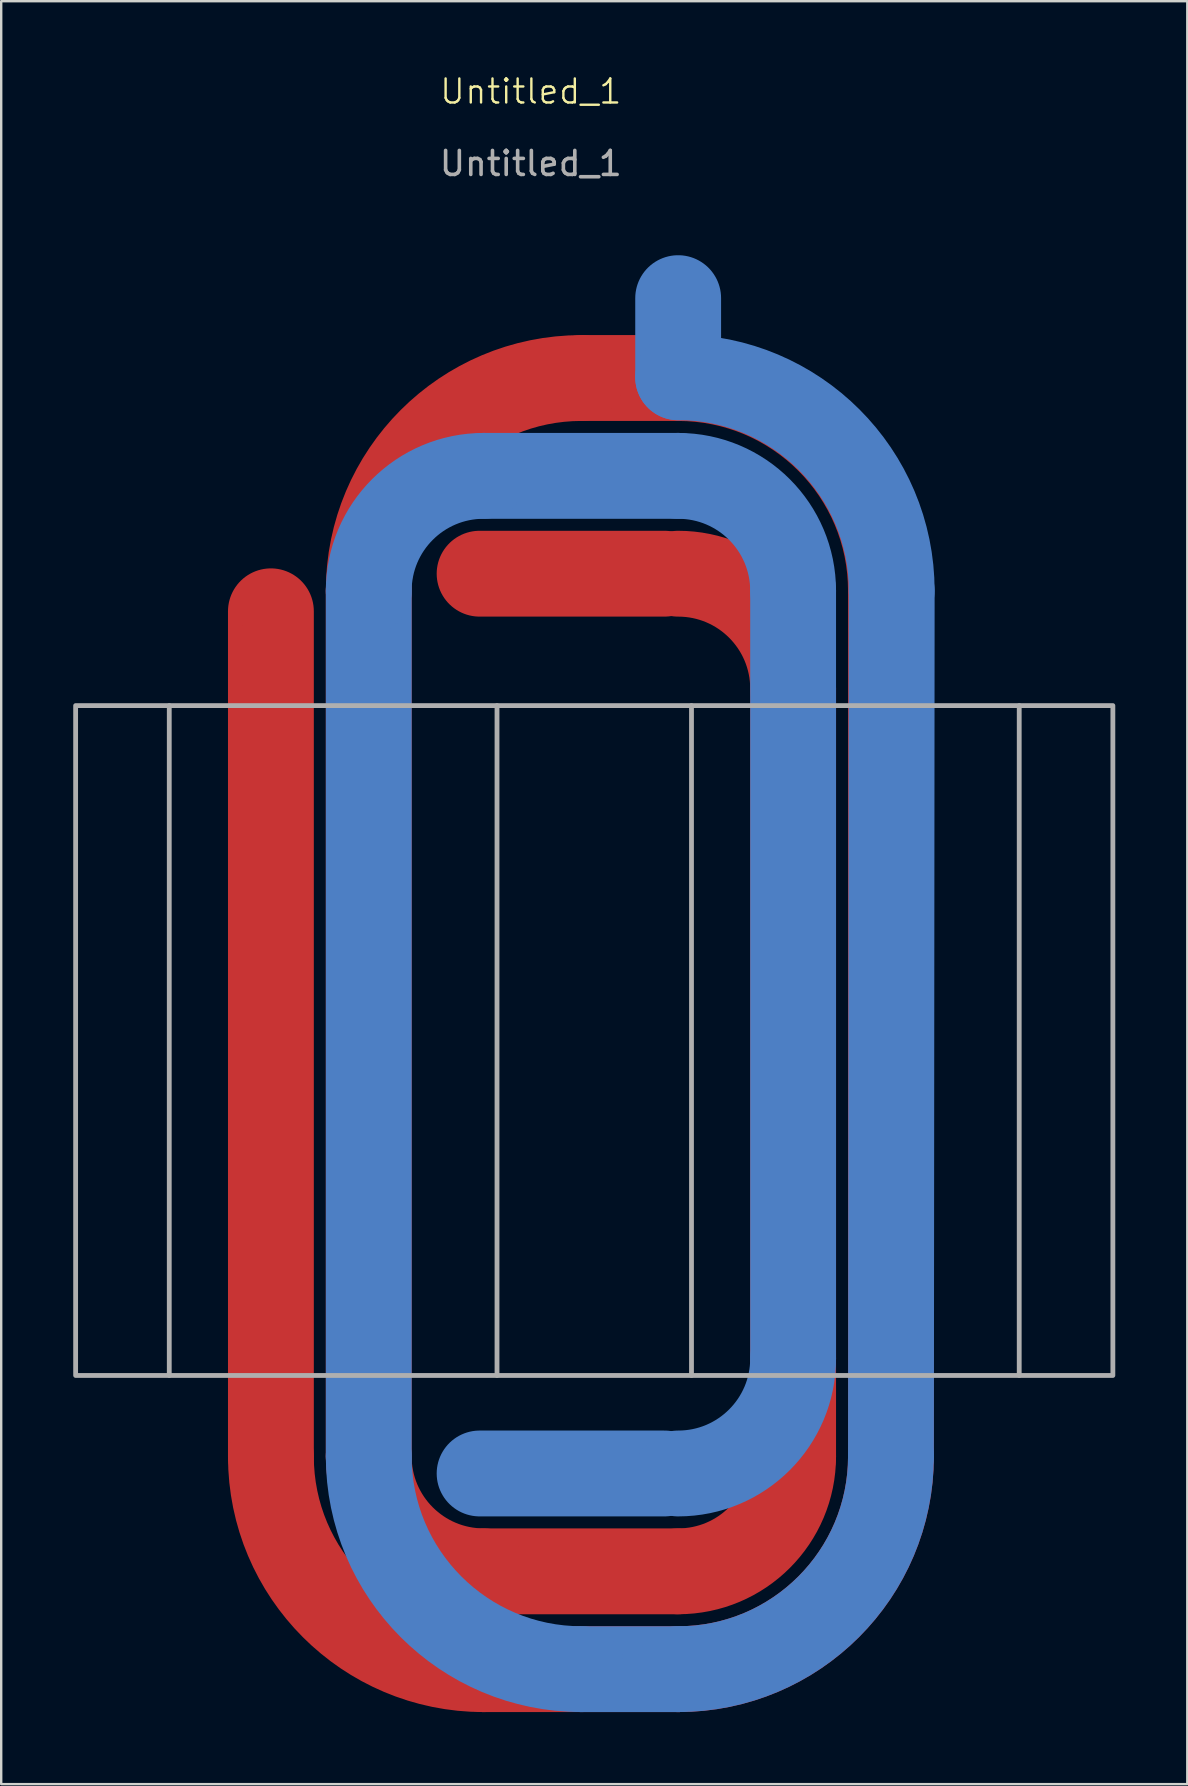
<source format=kicad_pcb>
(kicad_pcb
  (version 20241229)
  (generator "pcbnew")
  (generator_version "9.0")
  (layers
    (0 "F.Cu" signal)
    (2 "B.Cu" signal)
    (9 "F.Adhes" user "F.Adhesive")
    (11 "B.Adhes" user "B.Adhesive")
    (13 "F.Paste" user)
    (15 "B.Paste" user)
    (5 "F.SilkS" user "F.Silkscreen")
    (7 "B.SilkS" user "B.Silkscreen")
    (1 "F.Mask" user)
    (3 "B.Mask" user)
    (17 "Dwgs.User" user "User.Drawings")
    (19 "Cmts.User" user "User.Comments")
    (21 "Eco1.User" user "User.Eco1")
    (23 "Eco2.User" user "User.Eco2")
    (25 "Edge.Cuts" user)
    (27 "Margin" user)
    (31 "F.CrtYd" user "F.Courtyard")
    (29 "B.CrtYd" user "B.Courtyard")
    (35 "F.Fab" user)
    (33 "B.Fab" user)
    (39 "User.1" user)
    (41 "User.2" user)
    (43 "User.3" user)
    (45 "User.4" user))
  (footprint "Untitled_1"
    (layer "F.Cu")
    (at 19.057 1.26)
    (property "Reference" "Untitled_1" (at 0 -0.5 0) (unlocked yes) (layer "F.SilkS") (effects (font (size 1 1) (thickness 0.1))))
    (fp_line (start -10.824 21.15) (end -10.824 56.347) (stroke (width 3.575) (type default)) (layer "F.Cu"))
    (fp_line (start -6.749 20.297) (end -6.749 56.347) (stroke (width 3.575) (type default)) (layer "F.Cu"))
    (fp_line (start -2.132 19.584) (end 5.568 19.584) (stroke (width 3.575) (type solid)) (layer "F.Cu"))
    (fp_line (start -1.962 61.134) (end 6.138 61.134) (stroke (width 3.575) (type default)) (layer "F.Cu"))
    (fp_line (start -1.962 65.209) (end 6.138 65.209) (stroke (width 3.575) (type default)) (layer "F.Cu"))
    (fp_line (start 6.138 11.434) (end 2.113 11.434) (stroke (width 3.575) (type default)) (layer "F.Cu"))
    (fp_line (start 10.926 56.347) (end 10.926 24.372) (stroke (width 3.575) (type default)) (layer "F.Cu"))
    (fp_line (start 15.001 56.347) (end 15.001 20.297) (stroke (width 3.575) (type default)) (layer "F.Cu"))
    (fp_arc (start -6.749234 20.296734) (mid -4.153468 14.03) (end 2.113266 11.434234) (stroke (width 3.575) (type solid)) (layer "F.Cu"))
    (fp_arc (start -1.961734 61.134234) (mid -5.347008 59.732008) (end -6.749234 56.346734) (stroke (width 3.575) (type solid)) (layer "F.Cu"))
    (fp_arc (start -1.961734 65.209234) (mid -8.228468 62.613468) (end -10.824234 56.346734) (stroke (width 3.575) (type solid)) (layer "F.Cu"))
    (fp_arc (start 6.138266 11.434234) (mid 12.405 14.03) (end 15.000766 20.296734) (stroke (width 3.575) (type solid)) (layer "F.Cu"))
    (fp_arc (start 6.138266 19.584234) (mid 9.52354 20.98646) (end 10.925766 24.371734) (stroke (width 3.575) (type solid)) (layer "F.Cu"))
    (fp_arc (start 10.925766 56.346734) (mid 9.52354 59.732008) (end 6.138266 61.134234) (stroke (width 3.575) (type solid)) (layer "F.Cu"))
    (fp_arc (start 15.000766 56.346734) (mid 12.405 62.613468) (end 6.138266 65.209234) (stroke (width 3.575) (type solid)) (layer "F.Cu"))
    (fp_line (start -6.749 56.347) (end -6.749 20.297) (stroke (width 3.575) (type default)) (layer "B.Cu"))
    (fp_line (start -2.132 57.059) (end 5.568 57.059) (stroke (width 3.575) (type solid)) (layer "B.Cu"))
    (fp_line (start -1.962 15.509) (end 6.138 15.509) (stroke (width 3.575) (type default)) (layer "B.Cu"))
    (fp_line (start 6.138 11.403) (end 6.138 8.107) (stroke (width 3.575) (type default)) (layer "B.Cu"))
    (fp_line (start 6.138 65.209) (end 2.113 65.209) (stroke (width 3.575) (type default)) (layer "B.Cu"))
    (fp_line (start 10.926 20.297) (end 10.926 52.272) (stroke (width 3.575) (type default)) (layer "B.Cu"))
    (fp_line (start 15.032 20.297) (end 15.001 56.347) (stroke (width 3.575) (type default)) (layer "B.Cu"))
    (fp_arc (start -6.749234 20.296734) (mid -5.347008 16.91146) (end -1.961734 15.509234) (stroke (width 3.575) (type solid)) (layer "B.Cu"))
    (fp_arc (start 2.113266 65.209234) (mid -4.153468 62.613468) (end -6.749234 56.346734) (stroke (width 3.575) (type solid)) (layer "B.Cu"))
    (fp_arc (start 6.138265 11.403314) (mid 12.426863 14.008136) (end 15.031686 20.296734) (stroke (width 3.575) (type solid)) (layer "B.Cu"))
    (fp_arc (start 6.138266 15.509234) (mid 9.52354 16.91146) (end 10.925766 20.296734) (stroke (width 3.575) (type solid)) (layer "B.Cu"))
    (fp_arc (start 10.925766 52.271734) (mid 9.52354 55.657008) (end 6.138266 57.059234) (stroke (width 3.575) (type solid)) (layer "B.Cu"))
    (fp_arc (start 15.000766 56.346734) (mid 12.405 62.613468) (end 6.138266 65.209234) (stroke (width 3.575) (type solid)) (layer "B.Cu"))
    (fp_line (start -10.824 56.347) (end -10.824 20.297) (stroke (width 3.575) (type default)) (layer "In1.Cu"))
    (fp_line (start -6.749 56.347) (end -6.749 24.372) (stroke (width 3.575) (type solid)) (layer "In1.Cu"))
    (fp_line (start -1.962 11.434) (end 2.063 11.434) (stroke (width 3.575) (type default)) (layer "In1.Cu"))
    (fp_line (start 6.138 61.134) (end -1.962 61.134) (stroke (width 3.575) (type default)) (layer "In1.Cu"))
    (fp_line (start 6.138 65.209) (end -1.962 65.209) (stroke (width 3.575) (type default)) (layer "In1.Cu"))
    (fp_line (start 6.308 19.584) (end -1.392 19.584) (stroke (width 3.575) (type solid)) (layer "In1.Cu"))
    (fp_line (start 10.926 20.297) (end 10.926 56.347) (stroke (width 3.575) (type default)) (layer "In1.Cu"))
    (fp_line (start 15.001 11.507) (end 15.001 56.347) (stroke (width 3.575) (type solid)) (layer "In1.Cu"))
    (fp_arc (start -10.824234 20.296734) (mid -8.228468 14.03) (end -1.961734 11.434234) (stroke (width 3.575) (type solid)) (layer "In1.Cu"))
    (fp_arc (start -6.749234 24.371734) (mid -5.347008 20.98646) (end -1.961734 19.584234) (stroke (width 3.575) (type solid)) (layer "In1.Cu"))
    (fp_arc (start -1.961734 61.134234) (mid -5.347008 59.732008) (end -6.749234 56.346734) (stroke (width 3.575) (type solid)) (layer "In1.Cu"))
    (fp_arc (start -1.961734 65.209234) (mid -8.228468 62.613468) (end -10.824234 56.346734) (stroke (width 3.575) (type solid)) (layer "In1.Cu"))
    (fp_arc (start 2.063266 11.434234) (mid 8.33 14.03) (end 10.925766 20.296734) (stroke (width 3.575) (type solid)) (layer "In1.Cu"))
    (fp_arc (start 10.925766 56.346734) (mid 9.52354 59.732008) (end 6.138266 61.134234) (stroke (width 3.575) (type solid)) (layer "In1.Cu"))
    (fp_arc (start 15.000766 56.346734) (mid 12.405 62.613468) (end 6.138266 65.209234) (stroke (width 3.575) (type solid)) (layer "In1.Cu"))
    (fp_line (start -10.824 20.297) (end -10.824 56.347) (stroke (width 3.575) (type default)) (layer "In2.Cu"))
    (fp_line (start -6.749 20.297) (end -6.749 52.272) (stroke (width 3.575) (type solid)) (layer "In2.Cu"))
    (fp_line (start -1.962 65.209) (end 2.063 65.209) (stroke (width 3.575) (type default)) (layer "In2.Cu"))
    (fp_line (start 6.138 15.509) (end -1.962 15.509) (stroke (width 3.575) (type default)) (layer "In2.Cu"))
    (fp_line (start 6.308 57.059) (end -1.392 57.059) (stroke (width 3.575) (type solid)) (layer "In2.Cu"))
    (fp_line (start 10.926 56.347) (end 10.926 20.297) (stroke (width 3.575) (type default)) (layer "In2.Cu"))
    (fp_line (start 14.953 11.434) (end -1.962 11.434) (stroke (width 3.575) (type default)) (layer "In2.Cu"))
    (fp_arc (start -10.824234 20.296734) (mid -8.228468 14.03) (end -1.961734 11.434234) (stroke (width 3.575) (type solid)) (layer "In2.Cu"))
    (fp_arc (start -6.749234 20.296734) (mid -5.347008 16.91146) (end -1.961734 15.509234) (stroke (width 3.575) (type solid)) (layer "In2.Cu"))
    (fp_arc (start -1.961734 57.059234) (mid -5.347008 55.657008) (end -6.749234 52.271734) (stroke (width 3.575) (type solid)) (layer "In2.Cu"))
    (fp_arc (start -1.961734 65.209234) (mid -8.228468 62.613468) (end -10.824234 56.346734) (stroke (width 3.575) (type solid)) (layer "In2.Cu"))
    (fp_arc (start 6.138266 15.509234) (mid 9.52354 16.91146) (end 10.925766 20.296734) (stroke (width 3.575) (type solid)) (layer "In2.Cu"))
    (fp_arc (start 10.925766 56.346734) (mid 8.33 62.613468) (end 2.063266 65.209234) (stroke (width 3.575) (type solid)) (layer "In2.Cu"))
    (fp_line (start -15.057 25.077) (end -15.057 52.977) (stroke (width 0.2) (type default)) (layer "F.Fab"))
    (fp_line (start -1.407 25.077) (end -1.407 52.977) (stroke (width 0.2) (type default)) (layer "F.Fab"))
    (fp_line (start 6.693 25.077) (end 6.693 52.977) (stroke (width 0.2) (type default)) (layer "F.Fab"))
    (fp_line (start 20.343 25.077) (end 20.343 52.977) (stroke (width 0.2) (type default)) (layer "F.Fab"))
    (fp_rect (start -18.957 25.077) (end 24.243 52.977) (stroke (width 0.2) (type solid)) (fill no) (layer "F.Fab"))
    (fp_arc (start 6.138266 9.141659) (mid 13.958879 12.337867) (end 16.793341 20.296734) (stroke (width 0.2) (type default)) (layer "User.1"))
    (fp_text user "${REFERENCE}" (at 0 2.5 0) (unlocked yes) (layer "F.Fab") (effects (font (size 1 1) (thickness 0.15))))
    (pad "1" smd roundrect (at -10.824 21.15) (size 2.54 1.27) (layers "F.Cu" "F.Paste") (roundrect_rratio 0.15))
    (pad "2" smd roundrect (at 8.85 11.81) (size 2.3 1.098) (layers "B.Cu" "F.Paste") (roundrect_rratio 0.15)))
  (gr_rect
    (start -3 -3)
    (end 46.4 71.257)
    (stroke (width 0.1) (type default))
    (fill no)
    (layer "Edge.Cuts")))
</source>
